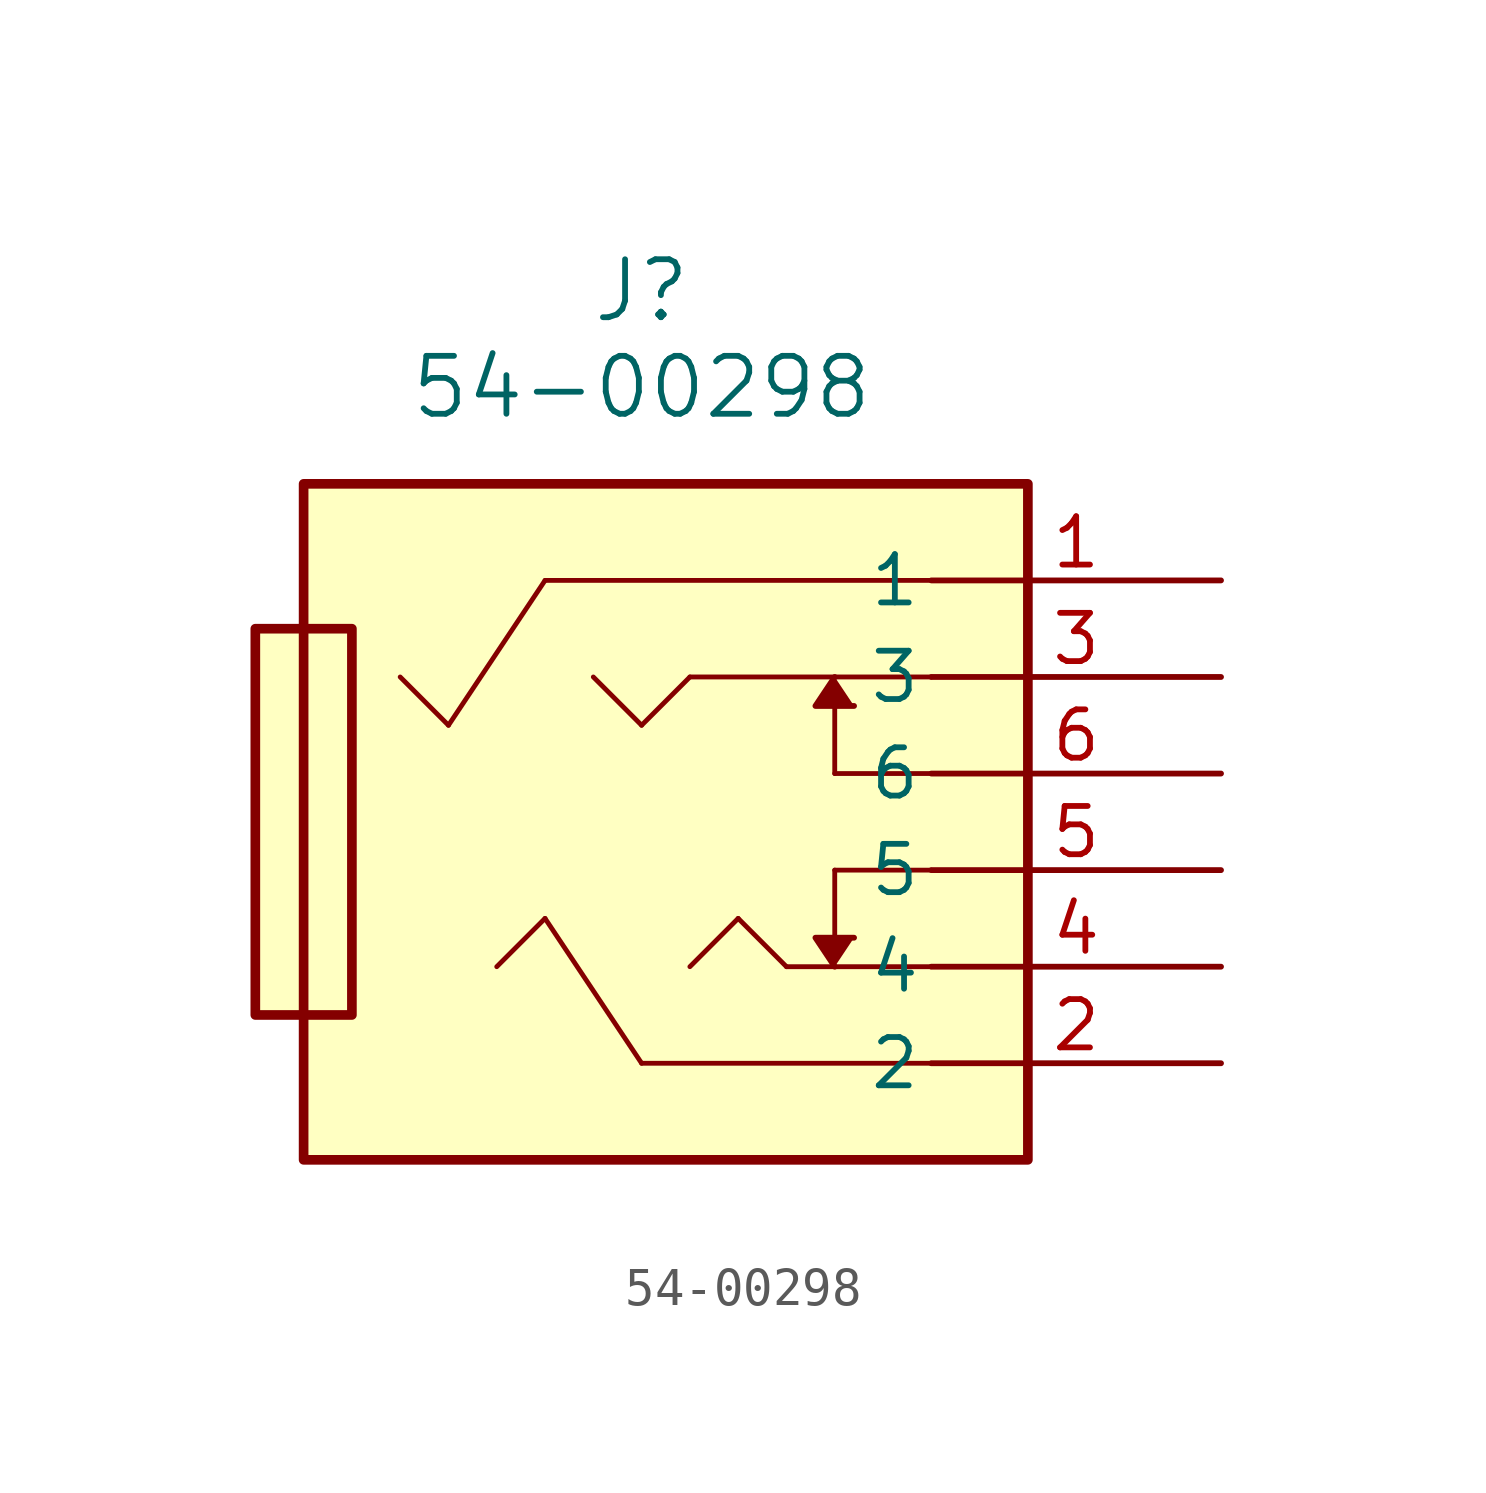
<source format=kicad_sym>
(kicad_symbol_lib
  (version 20220914)
  (generator kicad_symbol_editor)
  (symbol "54-00298"
    (pin_names
      (offset 0.254))
    (property "Reference" "J"
      (at -15.24 7.62 0)
      (effects (font (size 1.524 1.524))))
    (property "Value" "54-00298"
      (at -15.24 5.08 0)
      (effects (font (size 1.524 1.524))))
    (property "ki_locked" ""
      (at 0 0 0)
      (effects (font (size 1.27 1.27))))
    (symbol "54-00298_0_1"
      (polyline (pts (xy -20.32 -3.81) (xy -21.59 -2.54)) (stroke (width 0.127) (type default)) (fill (type none)))
      (polyline (pts (xy -17.78 -8.89) (xy -19.05 -10.16)) (stroke (width 0.127) (type default)) (fill (type none)))
      (polyline (pts (xy -17.78 0) (xy -20.32 -3.81)) (stroke (width 0.127) (type default)) (fill (type none)))
      (polyline (pts (xy -15.24 -12.7) (xy -17.78 -8.89)) (stroke (width 0.127) (type default)) (fill (type none)))
      (polyline (pts (xy -15.24 -3.81) (xy -16.51 -2.54)) (stroke (width 0.127) (type default)) (fill (type none)))
      (polyline (pts (xy -15.24 -3.81) (xy -13.97 -2.54)) (stroke (width 0.127) (type default)) (fill (type none)))
      (polyline (pts (xy -12.7 -8.89) (xy -13.97 -10.16)) (stroke (width 0.127) (type default)) (fill (type none)))
      (polyline (pts (xy -11.43 -10.16) (xy -12.7 -8.89)) (stroke (width 0.127) (type default)) (fill (type none)))
      (polyline (pts (xy -10.16 -7.62) (xy -10.16 -9.652)) (stroke (width 0.127) (type default)) (fill (type none)))
      (polyline (pts (xy -10.16 -5.08) (xy -10.16 -3.048)) (stroke (width 0.127) (type default)) (fill (type none)))
      (polyline (pts (xy -7.62 -12.7) (xy -15.24 -12.7)) (stroke (width 0.127) (type default)) (fill (type none)))
      (polyline (pts (xy -7.62 -10.16) (xy -11.43 -10.16)) (stroke (width 0.127) (type default)) (fill (type none)))
      (polyline (pts (xy -7.62 -7.62) (xy -10.16 -7.62)) (stroke (width 0.127) (type default)) (fill (type none)))
      (polyline (pts (xy -7.62 -5.08) (xy -10.16 -5.08)) (stroke (width 0.127) (type default)) (fill (type none)))
      (polyline (pts (xy -7.62 -2.54) (xy -13.97 -2.54)) (stroke (width 0.127) (type default)) (fill (type none)))
      (polyline (pts (xy -7.62 0) (xy -17.78 0)) (stroke (width 0.127) (type default)) (fill (type none)))
      (polyline (pts (xy -10.16 -10.16) (xy -10.668 -9.398) (xy -9.652 -9.398)) (stroke (width 0) (type default)) (fill (type outline)))
      (polyline (pts (xy -10.16 -2.54) (xy -10.668 -3.302) (xy -9.652 -3.302)) (stroke (width 0) (type default)) (fill (type outline)))
      (pin unspecified line (at 0 0 180) (length 7.62) (name "1" (effects (font (size 1.27 1.27)))) (number "1" (effects (font (size 1.27 1.27)))))
      (pin unspecified line (at 0 -12.7 180) (length 7.62) (name "2" (effects (font (size 1.27 1.27)))) (number "2" (effects (font (size 1.27 1.27)))))
      (pin unspecified line (at 0 -2.54 180) (length 7.62) (name "3" (effects (font (size 1.27 1.27)))) (number "3" (effects (font (size 1.27 1.27)))))
      (pin unspecified line (at 0 -10.16 180) (length 7.62) (name "4" (effects (font (size 1.27 1.27)))) (number "4" (effects (font (size 1.27 1.27)))))
      (pin unspecified line (at 0 -7.62 180) (length 7.62) (name "5" (effects (font (size 1.27 1.27)))) (number "5" (effects (font (size 1.27 1.27)))))
      (pin unspecified line (at 0 -5.08 180) (length 7.62) (name "6" (effects (font (size 1.27 1.27)))) (number "6" (effects (font (size 1.27 1.27))))))
    (symbol "54-00298_1_1"
      (rectangle (start -25.4 -1.27) (end -22.86 -11.43) (stroke (width 0.254) (type default)) (fill (type background)))
      (rectangle (start -24.13 2.54) (end -5.08 -15.24) (stroke (width 0.254) (type default)) (fill (type background))))))
</source>
